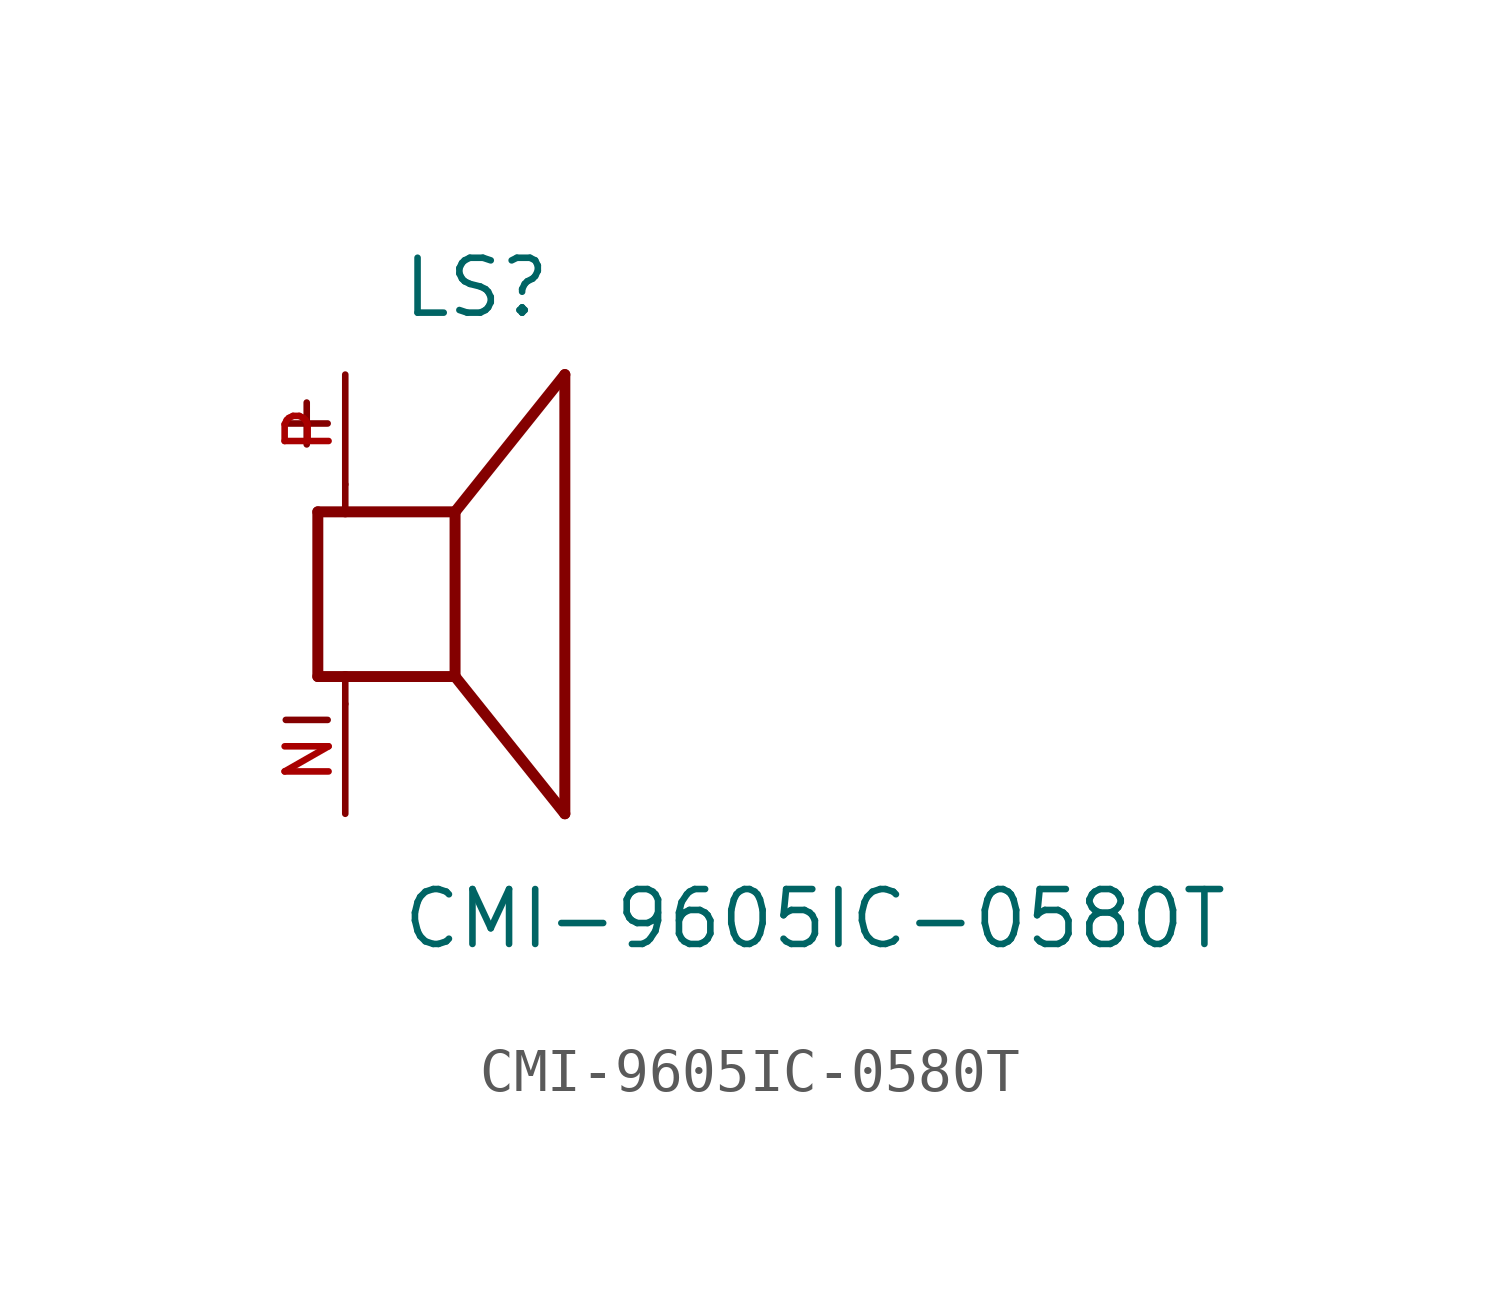
<source format=kicad_sym>
(kicad_symbol_lib
  (version 20211014)
  (generator kicad_symbol_editor)
  (symbol "CMI-9605IC-0580T"
    (pin_names
      (offset 1.016))
    (property "Reference" "LS"
      (at -1.27 6.35 0)
      (effects (font (size 1.27 1.27)) (justify bottom left)))
    (property "Value" "CMI-9605IC-0580T"
      (at -1.27 -8.255 0)
      (effects (font (size 1.27 1.27)) (justify bottom left)))
    (symbol "CMI-9605IC-0580T_0_0"
      (polyline (pts (xy -3.175 1.905) (xy -3.175 -1.905)) (stroke (width 0.254)))
      (polyline (pts (xy -3.175 -1.905) (xy -2.54 -1.905)) (stroke (width 0.254)))
      (polyline (pts (xy 0.0 -1.905) (xy 0.0 1.905)) (stroke (width 0.254)))
      (polyline (pts (xy -3.175 1.905) (xy -2.54 1.905)) (stroke (width 0.254)))
      (polyline (pts (xy 0.0 -1.905) (xy 2.54 -5.08)) (stroke (width 0.254)))
      (polyline (pts (xy 2.54 -5.08) (xy 2.54 5.08)) (stroke (width 0.254)))
      (polyline (pts (xy 0.0 1.905) (xy 2.54 5.08)) (stroke (width 0.254)))
      (polyline (pts (xy -2.54 -2.54) (xy -2.54 -1.905)) (stroke (width 0.152)))
      (polyline (pts (xy -2.54 -1.905) (xy 0.0 -1.905)) (stroke (width 0.254)))
      (polyline (pts (xy -2.54 2.54) (xy -2.54 1.905)) (stroke (width 0.152)))
      (polyline (pts (xy -2.54 1.905) (xy 0.0 1.905)) (stroke (width 0.254)))
      (text "+" (at -4.318 3.302 0) (effects (font (size 1.27 1.27)) (justify bottom left)))
      (text "-" (at -4.318 -3.556 0) (effects (font (size 1.27 1.27)) (justify bottom left)))
      (pin passive line (at -2.54 -5.08 90.0) (length 2.54) (name "~" (effects (font (size 1.016 1.016)))) (number "N" (effects (font (size 1.016 1.016)))))
      (pin passive line (at -2.54 5.08 270.0) (length 2.54) (name "~" (effects (font (size 1.016 1.016)))) (number "P" (effects (font (size 1.016 1.016))))))))
</source>
